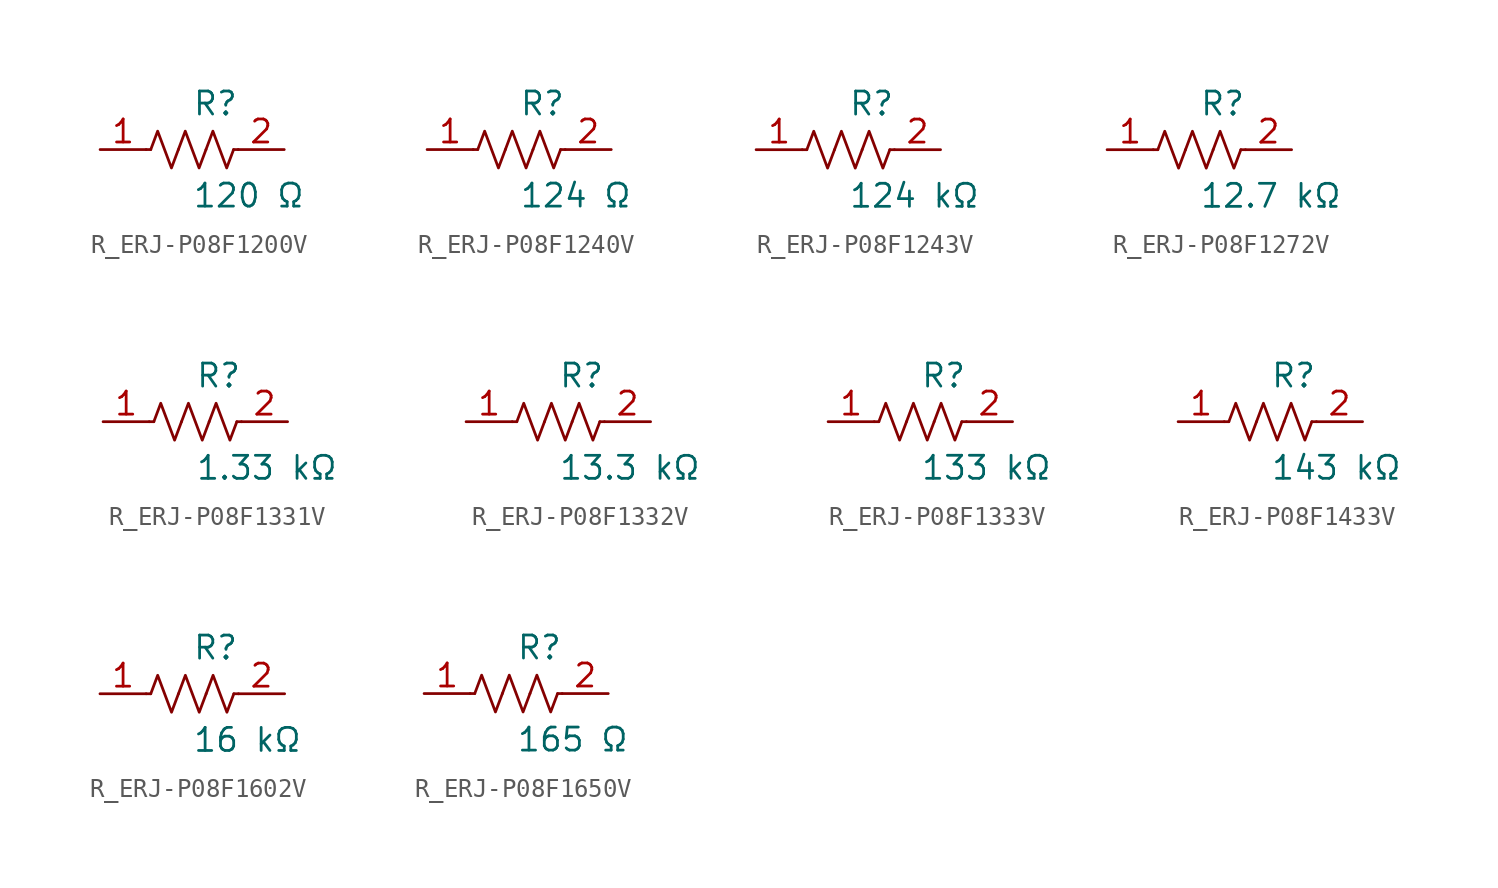
<source format=kicad_sym>
(kicad_symbol_lib
  (version 20231120)
  (generator kicad_symbol_editor)
  (generator_version 8.0)
  (symbol "R_ERJ-P08F1200V"
    (pin_names
      (offset 0.254))
    (property "Reference" "R"
      (at 0.0 2.54 0)
      (effects (font (size 1.27 1.27)) (justify left)))
    (property "Value" "120 Ω"
      (at 0.0 -2.54 0)
      (effects (font (size 1.27 1.27)) (justify left)))
    (symbol "R_ERJ-P08F1200V_0_1"
      (polyline (pts (xy 2.286 0) (xy 2.54 0)) (stroke (width 0) (type default)) (fill (type none)))
      (polyline (pts (xy -2.286 0) (xy -2.54 0)) (stroke (width 0) (type default)) (fill (type none)))
      (polyline (pts (xy 0.762 0) (xy 1.143 1.016) (xy 1.524 0) (xy 1.905 -1.016) (xy 2.286 0)) (stroke (width 0) (type default)) (fill (type none)))
      (polyline (pts (xy -0.762 0) (xy -0.381 1.016) (xy 0 0) (xy 0.381 -1.016) (xy 0.762 0)) (stroke (width 0) (type default)) (fill (type none)))
      (polyline (pts (xy -2.286 0) (xy -1.905 1.016) (xy -1.524 0) (xy -1.143 -1.016) (xy -0.762 0)) (stroke (width 0) (type default)) (fill (type none))))
    (pin unspecified line
      (at -5.08 0 0)
      (length 2.54)
      (name "" (effects (font (size 1.27 1.27))))
      (number "1" (effects (font (size 1.27 1.27)))))
    (pin unspecified line
      (at 5.08 0 180)
      (length 2.54)
      (name "" (effects (font (size 1.27 1.27))))
      (number "2" (effects (font (size 1.27 1.27))))))
  (symbol "R_ERJ-P08F1240V"
    (pin_names
      (offset 0.254))
    (property "Reference" "R"
      (at 0.0 2.54 0)
      (effects (font (size 1.27 1.27)) (justify left)))
    (property "Value" "124 Ω"
      (at 0.0 -2.54 0)
      (effects (font (size 1.27 1.27)) (justify left)))
    (symbol "R_ERJ-P08F1240V_0_1"
      (polyline (pts (xy 2.286 0) (xy 2.54 0)) (stroke (width 0) (type default)) (fill (type none)))
      (polyline (pts (xy -2.286 0) (xy -2.54 0)) (stroke (width 0) (type default)) (fill (type none)))
      (polyline (pts (xy 0.762 0) (xy 1.143 1.016) (xy 1.524 0) (xy 1.905 -1.016) (xy 2.286 0)) (stroke (width 0) (type default)) (fill (type none)))
      (polyline (pts (xy -0.762 0) (xy -0.381 1.016) (xy 0 0) (xy 0.381 -1.016) (xy 0.762 0)) (stroke (width 0) (type default)) (fill (type none)))
      (polyline (pts (xy -2.286 0) (xy -1.905 1.016) (xy -1.524 0) (xy -1.143 -1.016) (xy -0.762 0)) (stroke (width 0) (type default)) (fill (type none))))
    (pin unspecified line
      (at -5.08 0 0)
      (length 2.54)
      (name "" (effects (font (size 1.27 1.27))))
      (number "1" (effects (font (size 1.27 1.27)))))
    (pin unspecified line
      (at 5.08 0 180)
      (length 2.54)
      (name "" (effects (font (size 1.27 1.27))))
      (number "2" (effects (font (size 1.27 1.27))))))
  (symbol "R_ERJ-P08F1243V"
    (pin_names
      (offset 0.254))
    (property "Reference" "R"
      (at 0.0 2.54 0)
      (effects (font (size 1.27 1.27)) (justify left)))
    (property "Value" "124 kΩ"
      (at 0.0 -2.54 0)
      (effects (font (size 1.27 1.27)) (justify left)))
    (symbol "R_ERJ-P08F1243V_0_1"
      (polyline (pts (xy 2.286 0) (xy 2.54 0)) (stroke (width 0) (type default)) (fill (type none)))
      (polyline (pts (xy -2.286 0) (xy -2.54 0)) (stroke (width 0) (type default)) (fill (type none)))
      (polyline (pts (xy 0.762 0) (xy 1.143 1.016) (xy 1.524 0) (xy 1.905 -1.016) (xy 2.286 0)) (stroke (width 0) (type default)) (fill (type none)))
      (polyline (pts (xy -0.762 0) (xy -0.381 1.016) (xy 0 0) (xy 0.381 -1.016) (xy 0.762 0)) (stroke (width 0) (type default)) (fill (type none)))
      (polyline (pts (xy -2.286 0) (xy -1.905 1.016) (xy -1.524 0) (xy -1.143 -1.016) (xy -0.762 0)) (stroke (width 0) (type default)) (fill (type none))))
    (pin unspecified line
      (at -5.08 0 0)
      (length 2.54)
      (name "" (effects (font (size 1.27 1.27))))
      (number "1" (effects (font (size 1.27 1.27)))))
    (pin unspecified line
      (at 5.08 0 180)
      (length 2.54)
      (name "" (effects (font (size 1.27 1.27))))
      (number "2" (effects (font (size 1.27 1.27))))))
  (symbol "R_ERJ-P08F1272V"
    (pin_names
      (offset 0.254))
    (property "Reference" "R"
      (at 0.0 2.54 0)
      (effects (font (size 1.27 1.27)) (justify left)))
    (property "Value" "12.7 kΩ"
      (at 0.0 -2.54 0)
      (effects (font (size 1.27 1.27)) (justify left)))
    (symbol "R_ERJ-P08F1272V_0_1"
      (polyline (pts (xy 2.286 0) (xy 2.54 0)) (stroke (width 0) (type default)) (fill (type none)))
      (polyline (pts (xy -2.286 0) (xy -2.54 0)) (stroke (width 0) (type default)) (fill (type none)))
      (polyline (pts (xy 0.762 0) (xy 1.143 1.016) (xy 1.524 0) (xy 1.905 -1.016) (xy 2.286 0)) (stroke (width 0) (type default)) (fill (type none)))
      (polyline (pts (xy -0.762 0) (xy -0.381 1.016) (xy 0 0) (xy 0.381 -1.016) (xy 0.762 0)) (stroke (width 0) (type default)) (fill (type none)))
      (polyline (pts (xy -2.286 0) (xy -1.905 1.016) (xy -1.524 0) (xy -1.143 -1.016) (xy -0.762 0)) (stroke (width 0) (type default)) (fill (type none))))
    (pin unspecified line
      (at -5.08 0 0)
      (length 2.54)
      (name "" (effects (font (size 1.27 1.27))))
      (number "1" (effects (font (size 1.27 1.27)))))
    (pin unspecified line
      (at 5.08 0 180)
      (length 2.54)
      (name "" (effects (font (size 1.27 1.27))))
      (number "2" (effects (font (size 1.27 1.27))))))
  (symbol "R_ERJ-P08F1331V"
    (pin_names
      (offset 0.254))
    (property "Reference" "R"
      (at 0.0 2.54 0)
      (effects (font (size 1.27 1.27)) (justify left)))
    (property "Value" "1.33 kΩ"
      (at 0.0 -2.54 0)
      (effects (font (size 1.27 1.27)) (justify left)))
    (symbol "R_ERJ-P08F1331V_0_1"
      (polyline (pts (xy 2.286 0) (xy 2.54 0)) (stroke (width 0) (type default)) (fill (type none)))
      (polyline (pts (xy -2.286 0) (xy -2.54 0)) (stroke (width 0) (type default)) (fill (type none)))
      (polyline (pts (xy 0.762 0) (xy 1.143 1.016) (xy 1.524 0) (xy 1.905 -1.016) (xy 2.286 0)) (stroke (width 0) (type default)) (fill (type none)))
      (polyline (pts (xy -0.762 0) (xy -0.381 1.016) (xy 0 0) (xy 0.381 -1.016) (xy 0.762 0)) (stroke (width 0) (type default)) (fill (type none)))
      (polyline (pts (xy -2.286 0) (xy -1.905 1.016) (xy -1.524 0) (xy -1.143 -1.016) (xy -0.762 0)) (stroke (width 0) (type default)) (fill (type none))))
    (pin unspecified line
      (at -5.08 0 0)
      (length 2.54)
      (name "" (effects (font (size 1.27 1.27))))
      (number "1" (effects (font (size 1.27 1.27)))))
    (pin unspecified line
      (at 5.08 0 180)
      (length 2.54)
      (name "" (effects (font (size 1.27 1.27))))
      (number "2" (effects (font (size 1.27 1.27))))))
  (symbol "R_ERJ-P08F1332V"
    (pin_names
      (offset 0.254))
    (property "Reference" "R"
      (at 0.0 2.54 0)
      (effects (font (size 1.27 1.27)) (justify left)))
    (property "Value" "13.3 kΩ"
      (at 0.0 -2.54 0)
      (effects (font (size 1.27 1.27)) (justify left)))
    (symbol "R_ERJ-P08F1332V_0_1"
      (polyline (pts (xy 2.286 0) (xy 2.54 0)) (stroke (width 0) (type default)) (fill (type none)))
      (polyline (pts (xy -2.286 0) (xy -2.54 0)) (stroke (width 0) (type default)) (fill (type none)))
      (polyline (pts (xy 0.762 0) (xy 1.143 1.016) (xy 1.524 0) (xy 1.905 -1.016) (xy 2.286 0)) (stroke (width 0) (type default)) (fill (type none)))
      (polyline (pts (xy -0.762 0) (xy -0.381 1.016) (xy 0 0) (xy 0.381 -1.016) (xy 0.762 0)) (stroke (width 0) (type default)) (fill (type none)))
      (polyline (pts (xy -2.286 0) (xy -1.905 1.016) (xy -1.524 0) (xy -1.143 -1.016) (xy -0.762 0)) (stroke (width 0) (type default)) (fill (type none))))
    (pin unspecified line
      (at -5.08 0 0)
      (length 2.54)
      (name "" (effects (font (size 1.27 1.27))))
      (number "1" (effects (font (size 1.27 1.27)))))
    (pin unspecified line
      (at 5.08 0 180)
      (length 2.54)
      (name "" (effects (font (size 1.27 1.27))))
      (number "2" (effects (font (size 1.27 1.27))))))
  (symbol "R_ERJ-P08F1333V"
    (pin_names
      (offset 0.254))
    (property "Reference" "R"
      (at 0.0 2.54 0)
      (effects (font (size 1.27 1.27)) (justify left)))
    (property "Value" "133 kΩ"
      (at 0.0 -2.54 0)
      (effects (font (size 1.27 1.27)) (justify left)))
    (symbol "R_ERJ-P08F1333V_0_1"
      (polyline (pts (xy 2.286 0) (xy 2.54 0)) (stroke (width 0) (type default)) (fill (type none)))
      (polyline (pts (xy -2.286 0) (xy -2.54 0)) (stroke (width 0) (type default)) (fill (type none)))
      (polyline (pts (xy 0.762 0) (xy 1.143 1.016) (xy 1.524 0) (xy 1.905 -1.016) (xy 2.286 0)) (stroke (width 0) (type default)) (fill (type none)))
      (polyline (pts (xy -0.762 0) (xy -0.381 1.016) (xy 0 0) (xy 0.381 -1.016) (xy 0.762 0)) (stroke (width 0) (type default)) (fill (type none)))
      (polyline (pts (xy -2.286 0) (xy -1.905 1.016) (xy -1.524 0) (xy -1.143 -1.016) (xy -0.762 0)) (stroke (width 0) (type default)) (fill (type none))))
    (pin unspecified line
      (at -5.08 0 0)
      (length 2.54)
      (name "" (effects (font (size 1.27 1.27))))
      (number "1" (effects (font (size 1.27 1.27)))))
    (pin unspecified line
      (at 5.08 0 180)
      (length 2.54)
      (name "" (effects (font (size 1.27 1.27))))
      (number "2" (effects (font (size 1.27 1.27))))))
  (symbol "R_ERJ-P08F1433V"
    (pin_names
      (offset 0.254))
    (property "Reference" "R"
      (at 0.0 2.54 0)
      (effects (font (size 1.27 1.27)) (justify left)))
    (property "Value" "143 kΩ"
      (at 0.0 -2.54 0)
      (effects (font (size 1.27 1.27)) (justify left)))
    (symbol "R_ERJ-P08F1433V_0_1"
      (polyline (pts (xy 2.286 0) (xy 2.54 0)) (stroke (width 0) (type default)) (fill (type none)))
      (polyline (pts (xy -2.286 0) (xy -2.54 0)) (stroke (width 0) (type default)) (fill (type none)))
      (polyline (pts (xy 0.762 0) (xy 1.143 1.016) (xy 1.524 0) (xy 1.905 -1.016) (xy 2.286 0)) (stroke (width 0) (type default)) (fill (type none)))
      (polyline (pts (xy -0.762 0) (xy -0.381 1.016) (xy 0 0) (xy 0.381 -1.016) (xy 0.762 0)) (stroke (width 0) (type default)) (fill (type none)))
      (polyline (pts (xy -2.286 0) (xy -1.905 1.016) (xy -1.524 0) (xy -1.143 -1.016) (xy -0.762 0)) (stroke (width 0) (type default)) (fill (type none))))
    (pin unspecified line
      (at -5.08 0 0)
      (length 2.54)
      (name "" (effects (font (size 1.27 1.27))))
      (number "1" (effects (font (size 1.27 1.27)))))
    (pin unspecified line
      (at 5.08 0 180)
      (length 2.54)
      (name "" (effects (font (size 1.27 1.27))))
      (number "2" (effects (font (size 1.27 1.27))))))
  (symbol "R_ERJ-P08F1602V"
    (pin_names
      (offset 0.254))
    (property "Reference" "R"
      (at 0.0 2.54 0)
      (effects (font (size 1.27 1.27)) (justify left)))
    (property "Value" "16 kΩ"
      (at 0.0 -2.54 0)
      (effects (font (size 1.27 1.27)) (justify left)))
    (symbol "R_ERJ-P08F1602V_0_1"
      (polyline (pts (xy 2.286 0) (xy 2.54 0)) (stroke (width 0) (type default)) (fill (type none)))
      (polyline (pts (xy -2.286 0) (xy -2.54 0)) (stroke (width 0) (type default)) (fill (type none)))
      (polyline (pts (xy 0.762 0) (xy 1.143 1.016) (xy 1.524 0) (xy 1.905 -1.016) (xy 2.286 0)) (stroke (width 0) (type default)) (fill (type none)))
      (polyline (pts (xy -0.762 0) (xy -0.381 1.016) (xy 0 0) (xy 0.381 -1.016) (xy 0.762 0)) (stroke (width 0) (type default)) (fill (type none)))
      (polyline (pts (xy -2.286 0) (xy -1.905 1.016) (xy -1.524 0) (xy -1.143 -1.016) (xy -0.762 0)) (stroke (width 0) (type default)) (fill (type none))))
    (pin unspecified line
      (at -5.08 0 0)
      (length 2.54)
      (name "" (effects (font (size 1.27 1.27))))
      (number "1" (effects (font (size 1.27 1.27)))))
    (pin unspecified line
      (at 5.08 0 180)
      (length 2.54)
      (name "" (effects (font (size 1.27 1.27))))
      (number "2" (effects (font (size 1.27 1.27))))))
  (symbol "R_ERJ-P08F1650V"
    (pin_names
      (offset 0.254))
    (property "Reference" "R"
      (at 0.0 2.54 0)
      (effects (font (size 1.27 1.27)) (justify left)))
    (property "Value" "165 Ω"
      (at 0.0 -2.54 0)
      (effects (font (size 1.27 1.27)) (justify left)))
    (symbol "R_ERJ-P08F1650V_0_1"
      (polyline (pts (xy 2.286 0) (xy 2.54 0)) (stroke (width 0) (type default)) (fill (type none)))
      (polyline (pts (xy -2.286 0) (xy -2.54 0)) (stroke (width 0) (type default)) (fill (type none)))
      (polyline (pts (xy 0.762 0) (xy 1.143 1.016) (xy 1.524 0) (xy 1.905 -1.016) (xy 2.286 0)) (stroke (width 0) (type default)) (fill (type none)))
      (polyline (pts (xy -0.762 0) (xy -0.381 1.016) (xy 0 0) (xy 0.381 -1.016) (xy 0.762 0)) (stroke (width 0) (type default)) (fill (type none)))
      (polyline (pts (xy -2.286 0) (xy -1.905 1.016) (xy -1.524 0) (xy -1.143 -1.016) (xy -0.762 0)) (stroke (width 0) (type default)) (fill (type none))))
    (pin unspecified line
      (at -5.08 0 0)
      (length 2.54)
      (name "" (effects (font (size 1.27 1.27))))
      (number "1" (effects (font (size 1.27 1.27)))))
    (pin unspecified line
      (at 5.08 0 180)
      (length 2.54)
      (name "" (effects (font (size 1.27 1.27))))
      (number "2" (effects (font (size 1.27 1.27)))))))
</source>
